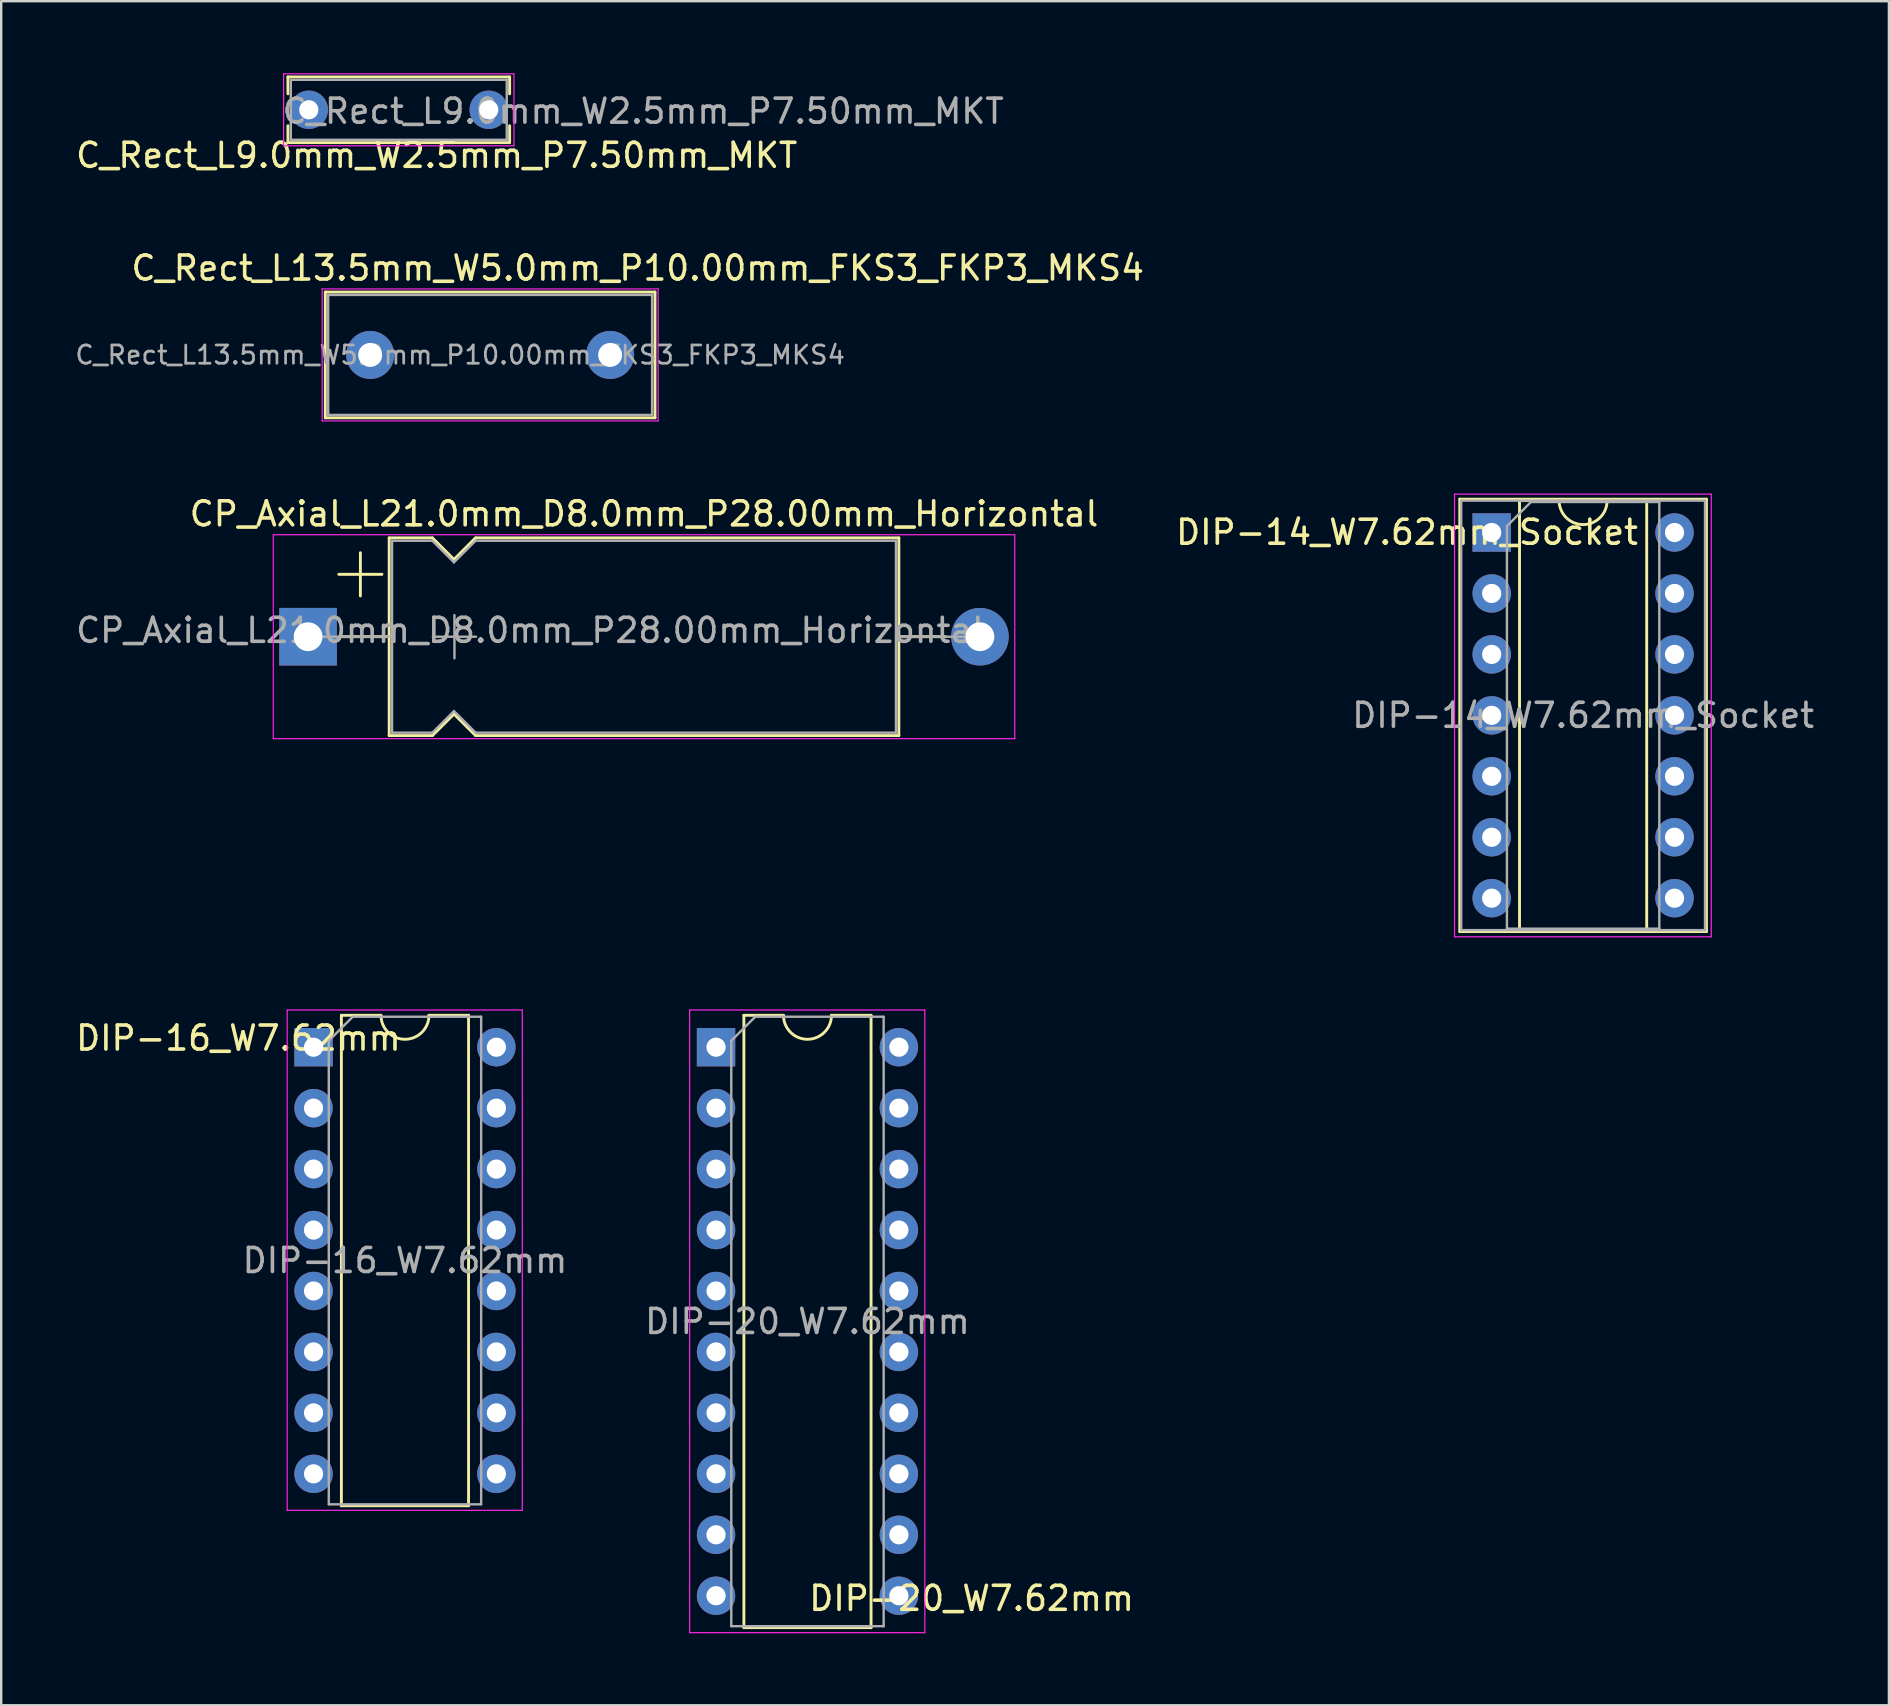
<source format=kicad_pcb>
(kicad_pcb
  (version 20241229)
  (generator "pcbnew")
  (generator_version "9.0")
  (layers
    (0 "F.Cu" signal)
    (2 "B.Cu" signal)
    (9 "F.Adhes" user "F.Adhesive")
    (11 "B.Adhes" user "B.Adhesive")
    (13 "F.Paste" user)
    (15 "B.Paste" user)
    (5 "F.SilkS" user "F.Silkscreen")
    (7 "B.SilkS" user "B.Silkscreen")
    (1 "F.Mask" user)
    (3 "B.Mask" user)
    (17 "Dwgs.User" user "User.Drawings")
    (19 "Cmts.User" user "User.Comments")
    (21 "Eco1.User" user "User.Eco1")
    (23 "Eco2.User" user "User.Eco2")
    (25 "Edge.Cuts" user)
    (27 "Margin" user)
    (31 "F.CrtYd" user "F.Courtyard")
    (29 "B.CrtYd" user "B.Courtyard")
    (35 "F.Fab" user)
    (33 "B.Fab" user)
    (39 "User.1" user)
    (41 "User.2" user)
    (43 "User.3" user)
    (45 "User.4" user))
  (footprint "C_Rect_L13.5mm_W5.0mm_P10.00mm_FKS3_FKP3_MKS4"
    (layer "F.Cu")
    (at 12.377 11.742)
    (property "Reference" "C_Rect_L13.5mm_W5.0mm_P10.00mm_FKS3_FKP3_MKS4" (at 11.15 -3.62 0) (layer "F.SilkS") (effects (font (size 1 1) (thickness 0.15))))
    (attr through_hole)
    (fp_line (start -1.87 -2.62) (end -1.87 2.62) (stroke (width 0.12) (type solid)) (layer "F.SilkS"))
    (fp_line (start -1.87 -2.62) (end 11.87 -2.62) (stroke (width 0.12) (type solid)) (layer "F.SilkS"))
    (fp_line (start -1.87 2.62) (end 11.87 2.62) (stroke (width 0.12) (type solid)) (layer "F.SilkS"))
    (fp_line (start 11.87 -2.62) (end 11.87 2.62) (stroke (width 0.12) (type solid)) (layer "F.SilkS"))
    (fp_line (start -2 -2.75) (end -2 2.75) (stroke (width 0.05) (type solid)) (layer "F.CrtYd"))
    (fp_line (start -2 2.75) (end 12 2.75) (stroke (width 0.05) (type solid)) (layer "F.CrtYd"))
    (fp_line (start 12 -2.75) (end -2 -2.75) (stroke (width 0.05) (type solid)) (layer "F.CrtYd"))
    (fp_line (start 12 2.75) (end 12 -2.75) (stroke (width 0.05) (type solid)) (layer "F.CrtYd"))
    (fp_line (start -1.75 -2.5) (end -1.75 2.5) (stroke (width 0.1) (type solid)) (layer "F.Fab"))
    (fp_line (start -1.75 2.5) (end 11.75 2.5) (stroke (width 0.1) (type solid)) (layer "F.Fab"))
    (fp_line (start 11.75 -2.5) (end -1.75 -2.5) (stroke (width 0.1) (type solid)) (layer "F.Fab"))
    (fp_line (start 11.75 2.5) (end 11.75 -2.5) (stroke (width 0.1) (type solid)) (layer "F.Fab"))
    (fp_text user "${REFERENCE}" (at 3.75 0 180) (layer "F.Fab") (effects (font (size 0.76 0.76) (thickness 0.114))))
    (pad "1" thru_hole circle (at 0 0) (size 2 2) (drill 1) (layers "*.Cu" "*.Mask"))
    (pad "2" thru_hole circle (at 10 0) (size 2 2) (drill 1) (layers "*.Cu" "*.Mask")))
  (footprint "DIP-16_W7.62mm"
    (layer "F.Cu")
    (at 10.017 40.592)
    (property "Reference" "DIP-16_W7.62mm" (at -3.13 -0.38 180) (layer "F.SilkS") (effects (font (size 1 1) (thickness 0.15))))
    (attr through_hole)
    (fp_line (start 1.16 -1.33) (end 1.16 19.11) (stroke (width 0.12) (type solid)) (layer "F.SilkS"))
    (fp_line (start 1.16 19.11) (end 6.46 19.11) (stroke (width 0.12) (type solid)) (layer "F.SilkS"))
    (fp_line (start 2.81 -1.33) (end 1.16 -1.33) (stroke (width 0.12) (type solid)) (layer "F.SilkS"))
    (fp_line (start 6.46 -1.33) (end 4.81 -1.33) (stroke (width 0.12) (type solid)) (layer "F.SilkS"))
    (fp_line (start 6.46 19.11) (end 6.46 -1.33) (stroke (width 0.12) (type solid)) (layer "F.SilkS"))
    (fp_arc (start 4.81 -1.33) (mid 3.81 -0.33) (end 2.81 -1.33) (stroke (width 0.12) (type solid)) (layer "F.SilkS"))
    (fp_line (start -1.1 -1.55) (end -1.1 19.3) (stroke (width 0.05) (type solid)) (layer "F.CrtYd"))
    (fp_line (start -1.1 19.3) (end 8.7 19.3) (stroke (width 0.05) (type solid)) (layer "F.CrtYd"))
    (fp_line (start 8.7 -1.55) (end -1.1 -1.55) (stroke (width 0.05) (type solid)) (layer "F.CrtYd"))
    (fp_line (start 8.7 19.3) (end 8.7 -1.55) (stroke (width 0.05) (type solid)) (layer "F.CrtYd"))
    (fp_line (start 0.635 -0.27) (end 1.635 -1.27) (stroke (width 0.1) (type solid)) (layer "F.Fab"))
    (fp_line (start 0.635 19.05) (end 0.635 -0.27) (stroke (width 0.1) (type solid)) (layer "F.Fab"))
    (fp_line (start 1.635 -1.27) (end 6.985 -1.27) (stroke (width 0.1) (type solid)) (layer "F.Fab"))
    (fp_line (start 6.985 -1.27) (end 6.985 19.05) (stroke (width 0.1) (type solid)) (layer "F.Fab"))
    (fp_line (start 6.985 19.05) (end 0.635 19.05) (stroke (width 0.1) (type solid)) (layer "F.Fab"))
    (fp_text user "${REFERENCE}" (at 3.81 8.89 180) (layer "F.Fab") (effects (font (size 1 1) (thickness 0.15))))
    (pad "1" thru_hole rect (at 0 0) (size 1.6 1.6) (drill 0.8) (layers "*.Cu" "*.Mask"))
    (pad "2" thru_hole oval (at 0 2.54) (size 1.6 1.6) (drill 0.8) (layers "*.Cu" "*.Mask"))
    (pad "3" thru_hole oval (at 0 5.08) (size 1.6 1.6) (drill 0.8) (layers "*.Cu" "*.Mask"))
    (pad "4" thru_hole oval (at 0 7.62) (size 1.6 1.6) (drill 0.8) (layers "*.Cu" "*.Mask"))
    (pad "5" thru_hole oval (at 0 10.16) (size 1.6 1.6) (drill 0.8) (layers "*.Cu" "*.Mask"))
    (pad "6" thru_hole oval (at 0 12.7) (size 1.6 1.6) (drill 0.8) (layers "*.Cu" "*.Mask"))
    (pad "7" thru_hole oval (at 0 15.24) (size 1.6 1.6) (drill 0.8) (layers "*.Cu" "*.Mask"))
    (pad "8" thru_hole oval (at 0 17.78) (size 1.6 1.6) (drill 0.8) (layers "*.Cu" "*.Mask"))
    (pad "9" thru_hole oval (at 7.62 17.78) (size 1.6 1.6) (drill 0.8) (layers "*.Cu" "*.Mask"))
    (pad "10" thru_hole oval (at 7.62 15.24) (size 1.6 1.6) (drill 0.8) (layers "*.Cu" "*.Mask"))
    (pad "11" thru_hole oval (at 7.62 12.7) (size 1.6 1.6) (drill 0.8) (layers "*.Cu" "*.Mask"))
    (pad "12" thru_hole oval (at 7.62 10.16) (size 1.6 1.6) (drill 0.8) (layers "*.Cu" "*.Mask"))
    (pad "13" thru_hole oval (at 7.62 7.62) (size 1.6 1.6) (drill 0.8) (layers "*.Cu" "*.Mask"))
    (pad "14" thru_hole oval (at 7.62 5.08) (size 1.6 1.6) (drill 0.8) (layers "*.Cu" "*.Mask"))
    (pad "15" thru_hole oval (at 7.62 2.54) (size 1.6 1.6) (drill 0.8) (layers "*.Cu" "*.Mask"))
    (pad "16" thru_hole oval (at 7.62 0) (size 1.6 1.6) (drill 0.8) (layers "*.Cu" "*.Mask")))
  (footprint "C_Rect_L9.0mm_W2.5mm_P7.50mm_MKT"
    (layer "F.Cu")
    (at 9.819 1.525)
    (property "Reference" "C_Rect_L9.0mm_W2.5mm_P7.50mm_MKT" (at 5.33 1.9 180) (layer "F.SilkS") (effects (font (size 1 1) (thickness 0.15))))
    (attr through_hole)
    (fp_line (start -0.87 -1.37) (end -0.87 -0.665) (stroke (width 0.12) (type solid)) (layer "F.SilkS"))
    (fp_line (start -0.87 -1.37) (end 8.37 -1.37) (stroke (width 0.12) (type solid)) (layer "F.SilkS"))
    (fp_line (start -0.87 0.665) (end -0.87 1.37) (stroke (width 0.12) (type solid)) (layer "F.SilkS"))
    (fp_line (start -0.87 1.37) (end 8.37 1.37) (stroke (width 0.12) (type solid)) (layer "F.SilkS"))
    (fp_line (start 8.37 -1.37) (end 8.37 -0.665) (stroke (width 0.12) (type solid)) (layer "F.SilkS"))
    (fp_line (start 8.37 0.665) (end 8.37 1.37) (stroke (width 0.12) (type solid)) (layer "F.SilkS"))
    (fp_line (start -1.05 -1.5) (end -1.05 1.5) (stroke (width 0.05) (type solid)) (layer "F.CrtYd"))
    (fp_line (start -1.05 1.5) (end 8.55 1.5) (stroke (width 0.05) (type solid)) (layer "F.CrtYd"))
    (fp_line (start 8.55 -1.5) (end -1.05 -1.5) (stroke (width 0.05) (type solid)) (layer "F.CrtYd"))
    (fp_line (start 8.55 1.5) (end 8.55 -1.5) (stroke (width 0.05) (type solid)) (layer "F.CrtYd"))
    (fp_line (start -0.75 -1.25) (end -0.75 1.25) (stroke (width 0.1) (type solid)) (layer "F.Fab"))
    (fp_line (start -0.75 1.25) (end 8.25 1.25) (stroke (width 0.1) (type solid)) (layer "F.Fab"))
    (fp_line (start 8.25 -1.25) (end -0.75 -1.25) (stroke (width 0.1) (type solid)) (layer "F.Fab"))
    (fp_line (start 8.25 1.25) (end 8.25 -1.25) (stroke (width 0.1) (type solid)) (layer "F.Fab"))
    (fp_text user "${REFERENCE}" (at 13.934 0.06 180) (layer "F.Fab") (effects (font (size 1 1) (thickness 0.15))))
    (pad "1" thru_hole circle (at 0 0) (size 1.6 1.6) (drill 0.8) (layers "*.Cu" "*.Mask"))
    (pad "2" thru_hole circle (at 7.5 0) (size 1.6 1.6) (drill 0.8) (layers "*.Cu" "*.Mask")))
  (footprint "CP_Axial_L21.0mm_D8.0mm_P28.00mm_Horizontal"
    (layer "F.Cu")
    (at 9.789 23.485)
    (property "Reference" "CP_Axial_L21.0mm_D8.0mm_P28.00mm_Horizontal" (at 14 -5.12 180) (layer "F.SilkS") (effects (font (size 1 1) (thickness 0.15))))
    (attr through_hole)
    (fp_line (start 1.28 -2.6) (end 3.08 -2.6) (stroke (width 0.12) (type solid)) (layer "F.SilkS"))
    (fp_line (start 1.44 0) (end 3.38 0) (stroke (width 0.12) (type solid)) (layer "F.SilkS"))
    (fp_line (start 2.18 -3.5) (end 2.18 -1.7) (stroke (width 0.12) (type solid)) (layer "F.SilkS"))
    (fp_line (start 3.38 -4.12) (end 3.38 4.12) (stroke (width 0.12) (type solid)) (layer "F.SilkS"))
    (fp_line (start 3.38 -4.12) (end 5.18 -4.12) (stroke (width 0.12) (type solid)) (layer "F.SilkS"))
    (fp_line (start 3.38 4.12) (end 5.18 4.12) (stroke (width 0.12) (type solid)) (layer "F.SilkS"))
    (fp_line (start 5.18 -4.12) (end 6.08 -3.22) (stroke (width 0.12) (type solid)) (layer "F.SilkS"))
    (fp_line (start 5.18 4.12) (end 6.08 3.22) (stroke (width 0.12) (type solid)) (layer "F.SilkS"))
    (fp_line (start 6.08 -3.22) (end 6.98 -4.12) (stroke (width 0.12) (type solid)) (layer "F.SilkS"))
    (fp_line (start 6.08 3.22) (end 6.98 4.12) (stroke (width 0.12) (type solid)) (layer "F.SilkS"))
    (fp_line (start 6.98 -4.12) (end 24.62 -4.12) (stroke (width 0.12) (type solid)) (layer "F.SilkS"))
    (fp_line (start 6.98 4.12) (end 24.62 4.12) (stroke (width 0.12) (type solid)) (layer "F.SilkS"))
    (fp_line (start 24.62 -4.12) (end 24.62 4.12) (stroke (width 0.12) (type solid)) (layer "F.SilkS"))
    (fp_line (start 26.56 0) (end 24.62 0) (stroke (width 0.12) (type solid)) (layer "F.SilkS"))
    (fp_line (start -1.45 -4.25) (end -1.45 4.25) (stroke (width 0.05) (type solid)) (layer "F.CrtYd"))
    (fp_line (start -1.45 4.25) (end 29.45 4.25) (stroke (width 0.05) (type solid)) (layer "F.CrtYd"))
    (fp_line (start 29.45 -4.25) (end -1.45 -4.25) (stroke (width 0.05) (type solid)) (layer "F.CrtYd"))
    (fp_line (start 29.45 4.25) (end 29.45 -4.25) (stroke (width 0.05) (type solid)) (layer "F.CrtYd"))
    (fp_line (start 0 0) (end 3.5 0) (stroke (width 0.1) (type solid)) (layer "F.Fab"))
    (fp_line (start 3.5 -4) (end 3.5 4) (stroke (width 0.1) (type solid)) (layer "F.Fab"))
    (fp_line (start 3.5 -4) (end 5.18 -4) (stroke (width 0.1) (type solid)) (layer "F.Fab"))
    (fp_line (start 3.5 4) (end 5.18 4) (stroke (width 0.1) (type solid)) (layer "F.Fab"))
    (fp_line (start 5.18 -4) (end 6.08 -3.1) (stroke (width 0.1) (type solid)) (layer "F.Fab"))
    (fp_line (start 5.18 4) (end 6.08 3.1) (stroke (width 0.1) (type solid)) (layer "F.Fab"))
    (fp_line (start 5.2 0) (end 7 0) (stroke (width 0.1) (type solid)) (layer "F.Fab"))
    (fp_line (start 6.08 -3.1) (end 6.98 -4) (stroke (width 0.1) (type solid)) (layer "F.Fab"))
    (fp_line (start 6.08 3.1) (end 6.98 4) (stroke (width 0.1) (type solid)) (layer "F.Fab"))
    (fp_line (start 6.1 -0.9) (end 6.1 0.9) (stroke (width 0.1) (type solid)) (layer "F.Fab"))
    (fp_line (start 6.98 -4) (end 24.5 -4) (stroke (width 0.1) (type solid)) (layer "F.Fab"))
    (fp_line (start 6.98 4) (end 24.5 4) (stroke (width 0.1) (type solid)) (layer "F.Fab"))
    (fp_line (start 24.5 -4) (end 24.5 4) (stroke (width 0.1) (type solid)) (layer "F.Fab"))
    (fp_line (start 28 0) (end 24.5 0) (stroke (width 0.1) (type solid)) (layer "F.Fab"))
    (fp_text user "${REFERENCE}" (at 9.265 -0.265 180) (layer "F.Fab") (effects (font (size 1 1) (thickness 0.15))))
    (pad "1" thru_hole rect (at 0 0) (size 2.4 2.4) (drill 1.2) (layers "*.Cu" "*.Mask"))
    (pad "2" thru_hole oval (at 28 0) (size 2.4 2.4) (drill 1.2) (layers "*.Cu" "*.Mask")))
  (footprint "DIP-14_W7.62mm_Socket"
    (layer "F.Cu")
    (at 59.116 19.142)
    (property "Reference" "DIP-14_W7.62mm_Socket" (at -3.53 -0.01 180) (layer "F.SilkS") (effects (font (size 1 1) (thickness 0.15))))
    (attr through_hole)
    (fp_line (start -1.33 -1.39) (end -1.33 16.63) (stroke (width 0.12) (type solid)) (layer "F.SilkS"))
    (fp_line (start -1.33 16.63) (end 8.95 16.63) (stroke (width 0.12) (type solid)) (layer "F.SilkS"))
    (fp_line (start 1.16 -1.33) (end 1.16 16.57) (stroke (width 0.12) (type solid)) (layer "F.SilkS"))
    (fp_line (start 1.16 16.57) (end 6.46 16.57) (stroke (width 0.12) (type solid)) (layer "F.SilkS"))
    (fp_line (start 2.81 -1.33) (end 1.16 -1.33) (stroke (width 0.12) (type solid)) (layer "F.SilkS"))
    (fp_line (start 6.46 -1.33) (end 4.81 -1.33) (stroke (width 0.12) (type solid)) (layer "F.SilkS"))
    (fp_line (start 6.46 16.57) (end 6.46 -1.33) (stroke (width 0.12) (type solid)) (layer "F.SilkS"))
    (fp_line (start 8.95 -1.39) (end -1.33 -1.39) (stroke (width 0.12) (type solid)) (layer "F.SilkS"))
    (fp_line (start 8.95 16.63) (end 8.95 -1.39) (stroke (width 0.12) (type solid)) (layer "F.SilkS"))
    (fp_arc (start 4.81 -1.33) (mid 3.81 -0.33) (end 2.81 -1.33) (stroke (width 0.12) (type solid)) (layer "F.SilkS"))
    (fp_line (start -1.55 -1.6) (end -1.55 16.85) (stroke (width 0.05) (type solid)) (layer "F.CrtYd"))
    (fp_line (start -1.55 16.85) (end 9.15 16.85) (stroke (width 0.05) (type solid)) (layer "F.CrtYd"))
    (fp_line (start 9.15 -1.6) (end -1.55 -1.6) (stroke (width 0.05) (type solid)) (layer "F.CrtYd"))
    (fp_line (start 9.15 16.85) (end 9.15 -1.6) (stroke (width 0.05) (type solid)) (layer "F.CrtYd"))
    (fp_line (start -1.27 -1.33) (end -1.27 16.57) (stroke (width 0.1) (type solid)) (layer "F.Fab"))
    (fp_line (start -1.27 16.57) (end 8.89 16.57) (stroke (width 0.1) (type solid)) (layer "F.Fab"))
    (fp_line (start 0.635 -0.27) (end 1.635 -1.27) (stroke (width 0.1) (type solid)) (layer "F.Fab"))
    (fp_line (start 0.635 16.51) (end 0.635 -0.27) (stroke (width 0.1) (type solid)) (layer "F.Fab"))
    (fp_line (start 1.635 -1.27) (end 6.985 -1.27) (stroke (width 0.1) (type solid)) (layer "F.Fab"))
    (fp_line (start 6.985 -1.27) (end 6.985 16.51) (stroke (width 0.1) (type solid)) (layer "F.Fab"))
    (fp_line (start 6.985 16.51) (end 0.635 16.51) (stroke (width 0.1) (type solid)) (layer "F.Fab"))
    (fp_line (start 8.89 -1.33) (end -1.27 -1.33) (stroke (width 0.1) (type solid)) (layer "F.Fab"))
    (fp_line (start 8.89 16.57) (end 8.89 -1.33) (stroke (width 0.1) (type solid)) (layer "F.Fab"))
    (fp_text user "${REFERENCE}" (at 3.81 7.62 180) (layer "F.Fab") (effects (font (size 1 1) (thickness 0.15))))
    (pad "1" thru_hole rect (at 0 0) (size 1.6 1.6) (drill 0.8) (layers "*.Cu" "*.Mask"))
    (pad "2" thru_hole oval (at 0 2.54) (size 1.6 1.6) (drill 0.8) (layers "*.Cu" "*.Mask"))
    (pad "3" thru_hole oval (at 0 5.08) (size 1.6 1.6) (drill 0.8) (layers "*.Cu" "*.Mask"))
    (pad "4" thru_hole oval (at 0 7.62) (size 1.6 1.6) (drill 0.8) (layers "*.Cu" "*.Mask"))
    (pad "5" thru_hole oval (at 0 10.16) (size 1.6 1.6) (drill 0.8) (layers "*.Cu" "*.Mask"))
    (pad "6" thru_hole oval (at 0 12.7) (size 1.6 1.6) (drill 0.8) (layers "*.Cu" "*.Mask"))
    (pad "7" thru_hole oval (at 0 15.24) (size 1.6 1.6) (drill 0.8) (layers "*.Cu" "*.Mask"))
    (pad "8" thru_hole oval (at 7.62 15.24) (size 1.6 1.6) (drill 0.8) (layers "*.Cu" "*.Mask"))
    (pad "9" thru_hole oval (at 7.62 12.7) (size 1.6 1.6) (drill 0.8) (layers "*.Cu" "*.Mask"))
    (pad "10" thru_hole oval (at 7.62 10.16) (size 1.6 1.6) (drill 0.8) (layers "*.Cu" "*.Mask"))
    (pad "11" thru_hole oval (at 7.62 7.62) (size 1.6 1.6) (drill 0.8) (layers "*.Cu" "*.Mask"))
    (pad "12" thru_hole oval (at 7.62 5.08) (size 1.6 1.6) (drill 0.8) (layers "*.Cu" "*.Mask"))
    (pad "13" thru_hole oval (at 7.62 2.54) (size 1.6 1.6) (drill 0.8) (layers "*.Cu" "*.Mask"))
    (pad "14" thru_hole oval (at 7.62 0) (size 1.6 1.6) (drill 0.8) (layers "*.Cu" "*.Mask")))
  (footprint "DIP-20_W7.62mm"
    (layer "F.Cu")
    (at 26.791 40.592)
    (property "Reference" "DIP-20_W7.62mm" (at 10.65 22.97 180) (layer "F.SilkS") (effects (font (size 1 1) (thickness 0.15))))
    (attr through_hole)
    (fp_line (start 1.16 -1.33) (end 1.16 24.19) (stroke (width 0.12) (type solid)) (layer "F.SilkS"))
    (fp_line (start 1.16 24.19) (end 6.46 24.19) (stroke (width 0.12) (type solid)) (layer "F.SilkS"))
    (fp_line (start 2.81 -1.33) (end 1.16 -1.33) (stroke (width 0.12) (type solid)) (layer "F.SilkS"))
    (fp_line (start 6.46 -1.33) (end 4.81 -1.33) (stroke (width 0.12) (type solid)) (layer "F.SilkS"))
    (fp_line (start 6.46 24.19) (end 6.46 -1.33) (stroke (width 0.12) (type solid)) (layer "F.SilkS"))
    (fp_arc (start 4.81 -1.33) (mid 3.81 -0.33) (end 2.81 -1.33) (stroke (width 0.12) (type solid)) (layer "F.SilkS"))
    (fp_line (start -1.1 -1.55) (end -1.1 24.4) (stroke (width 0.05) (type solid)) (layer "F.CrtYd"))
    (fp_line (start -1.1 24.4) (end 8.7 24.4) (stroke (width 0.05) (type solid)) (layer "F.CrtYd"))
    (fp_line (start 8.7 -1.55) (end -1.1 -1.55) (stroke (width 0.05) (type solid)) (layer "F.CrtYd"))
    (fp_line (start 8.7 24.4) (end 8.7 -1.55) (stroke (width 0.05) (type solid)) (layer "F.CrtYd"))
    (fp_line (start 0.635 -0.27) (end 1.635 -1.27) (stroke (width 0.1) (type solid)) (layer "F.Fab"))
    (fp_line (start 0.635 24.13) (end 0.635 -0.27) (stroke (width 0.1) (type solid)) (layer "F.Fab"))
    (fp_line (start 1.635 -1.27) (end 6.985 -1.27) (stroke (width 0.1) (type solid)) (layer "F.Fab"))
    (fp_line (start 6.985 -1.27) (end 6.985 24.13) (stroke (width 0.1) (type solid)) (layer "F.Fab"))
    (fp_line (start 6.985 24.13) (end 0.635 24.13) (stroke (width 0.1) (type solid)) (layer "F.Fab"))
    (fp_text user "${REFERENCE}" (at 3.81 11.43 180) (layer "F.Fab") (effects (font (size 1 1) (thickness 0.15))))
    (pad "1" thru_hole rect (at 0 0) (size 1.6 1.6) (drill 0.8) (layers "*.Cu" "*.Mask"))
    (pad "2" thru_hole oval (at 0 2.54) (size 1.6 1.6) (drill 0.8) (layers "*.Cu" "*.Mask"))
    (pad "3" thru_hole oval (at 0 5.08) (size 1.6 1.6) (drill 0.8) (layers "*.Cu" "*.Mask"))
    (pad "4" thru_hole oval (at 0 7.62) (size 1.6 1.6) (drill 0.8) (layers "*.Cu" "*.Mask"))
    (pad "5" thru_hole oval (at 0 10.16) (size 1.6 1.6) (drill 0.8) (layers "*.Cu" "*.Mask"))
    (pad "6" thru_hole oval (at 0 12.7) (size 1.6 1.6) (drill 0.8) (layers "*.Cu" "*.Mask"))
    (pad "7" thru_hole oval (at 0 15.24) (size 1.6 1.6) (drill 0.8) (layers "*.Cu" "*.Mask"))
    (pad "8" thru_hole oval (at 0 17.78) (size 1.6 1.6) (drill 0.8) (layers "*.Cu" "*.Mask"))
    (pad "9" thru_hole oval (at 0 20.32) (size 1.6 1.6) (drill 0.8) (layers "*.Cu" "*.Mask"))
    (pad "10" thru_hole oval (at 0 22.86) (size 1.6 1.6) (drill 0.8) (layers "*.Cu" "*.Mask"))
    (pad "11" thru_hole oval (at 7.62 22.86) (size 1.6 1.6) (drill 0.8) (layers "*.Cu" "*.Mask"))
    (pad "12" thru_hole oval (at 7.62 20.32) (size 1.6 1.6) (drill 0.8) (layers "*.Cu" "*.Mask"))
    (pad "13" thru_hole oval (at 7.62 17.78) (size 1.6 1.6) (drill 0.8) (layers "*.Cu" "*.Mask"))
    (pad "14" thru_hole oval (at 7.62 15.24) (size 1.6 1.6) (drill 0.8) (layers "*.Cu" "*.Mask"))
    (pad "15" thru_hole oval (at 7.62 12.7) (size 1.6 1.6) (drill 0.8) (layers "*.Cu" "*.Mask"))
    (pad "16" thru_hole oval (at 7.62 10.16) (size 1.6 1.6) (drill 0.8) (layers "*.Cu" "*.Mask"))
    (pad "17" thru_hole oval (at 7.62 7.62) (size 1.6 1.6) (drill 0.8) (layers "*.Cu" "*.Mask"))
    (pad "18" thru_hole oval (at 7.62 5.08) (size 1.6 1.6) (drill 0.8) (layers "*.Cu" "*.Mask"))
    (pad "19" thru_hole oval (at 7.62 2.54) (size 1.6 1.6) (drill 0.8) (layers "*.Cu" "*.Mask"))
    (pad "20" thru_hole oval (at 7.62 0) (size 1.6 1.6) (drill 0.8) (layers "*.Cu" "*.Mask")))
  (gr_rect
    (start -3 -3)
    (end 75.67 68.016)
    (stroke (width 0.1) (type default))
    (fill no)
    (layer "Edge.Cuts")))
</source>
